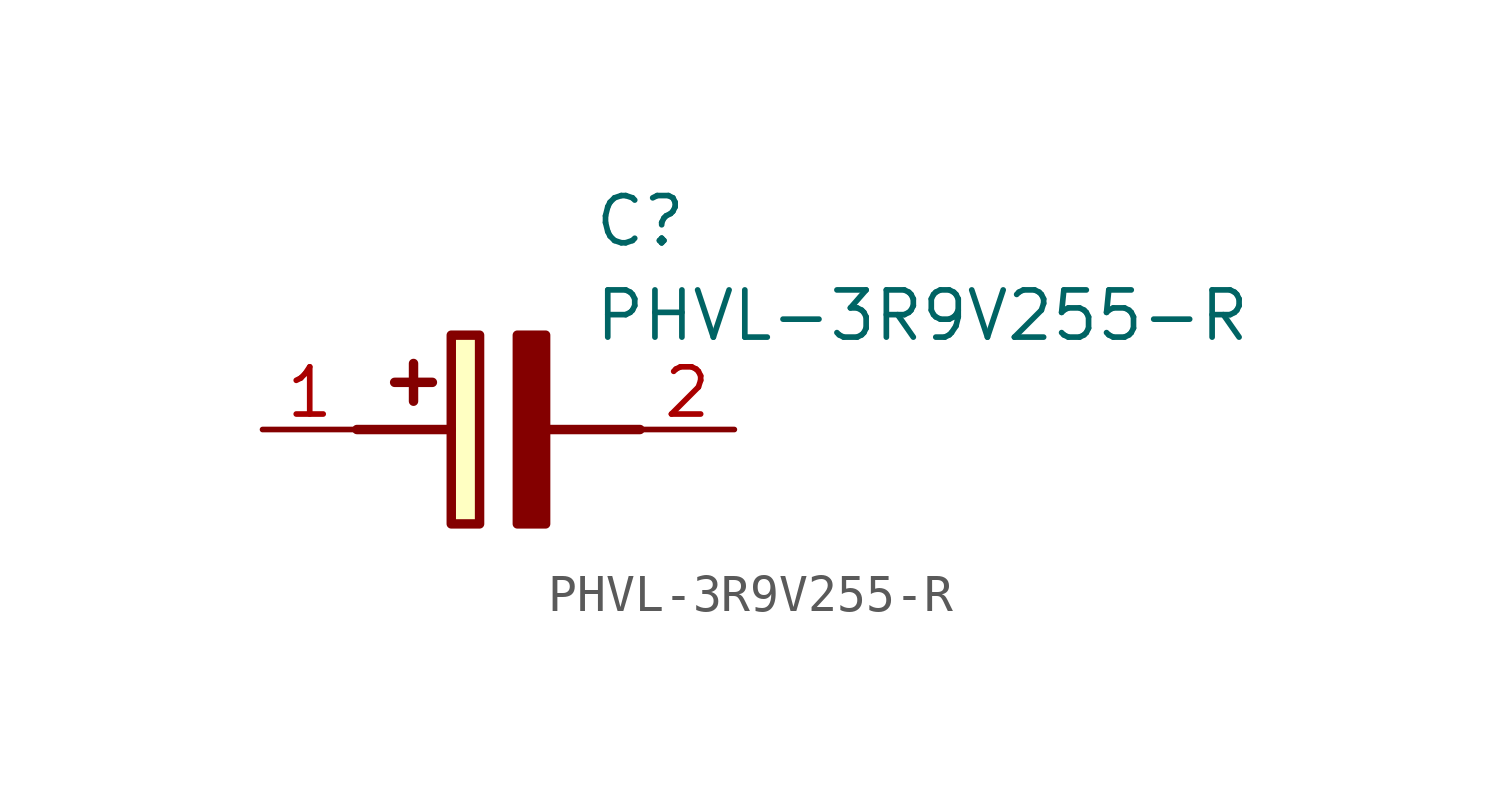
<source format=kicad_sym>
(kicad_symbol_lib
  (version 20211014)
  (generator SamacSys_ECAD_Model)
  (symbol "PHVL-3R9V255-R"
    (pin_names hide)
    (property "Reference" "C"
      (at 8.89 6.35 0)
      (effects (font (size 1.27 1.27)) (justify left top)))
    (property "Value" "PHVL-3R9V255-R"
      (at 8.89 3.81 0)
      (effects (font (size 1.27 1.27)) (justify left top)))
    (rectangle
      (start 5.08 2.54)
      (end 5.842 -2.54)
      (stroke (width 0.254) (type default))
      (fill (type background)))
    (polyline
      (pts (xy 4.572 1.27) (xy 3.556 1.27))
      (stroke (width 0.254) (type default))
      (fill (type none)))
    (polyline
      (pts (xy 4.064 1.778) (xy 4.064 0.762))
      (stroke (width 0.254) (type default))
      (fill (type none)))
    (polyline
      (pts (xy 2.54 0) (xy 5.08 0))
      (stroke (width 0.254) (type default))
      (fill (type none)))
    (polyline
      (pts (xy 7.62 0) (xy 10.16 0))
      (stroke (width 0.254) (type default))
      (fill (type none)))
    (polyline
      (pts (xy 7.62 2.54) (xy 7.62 -2.54) (xy 6.858 -2.54) (xy 6.858 2.54) (xy 7.62 2.54))
      (stroke (width 0.254) (type default))
      (fill (type outline)))
    (pin passive line
      (at 0 0 0)
      (length 2.54)
      (name "+" (effects (font (size 1.27 1.27))))
      (number "1" (effects (font (size 1.27 1.27)))))
    (pin passive line
      (at 12.7 0 180)
      (length 2.54)
      (name "-" (effects (font (size 1.27 1.27))))
      (number "2" (effects (font (size 1.27 1.27)))))))
</source>
